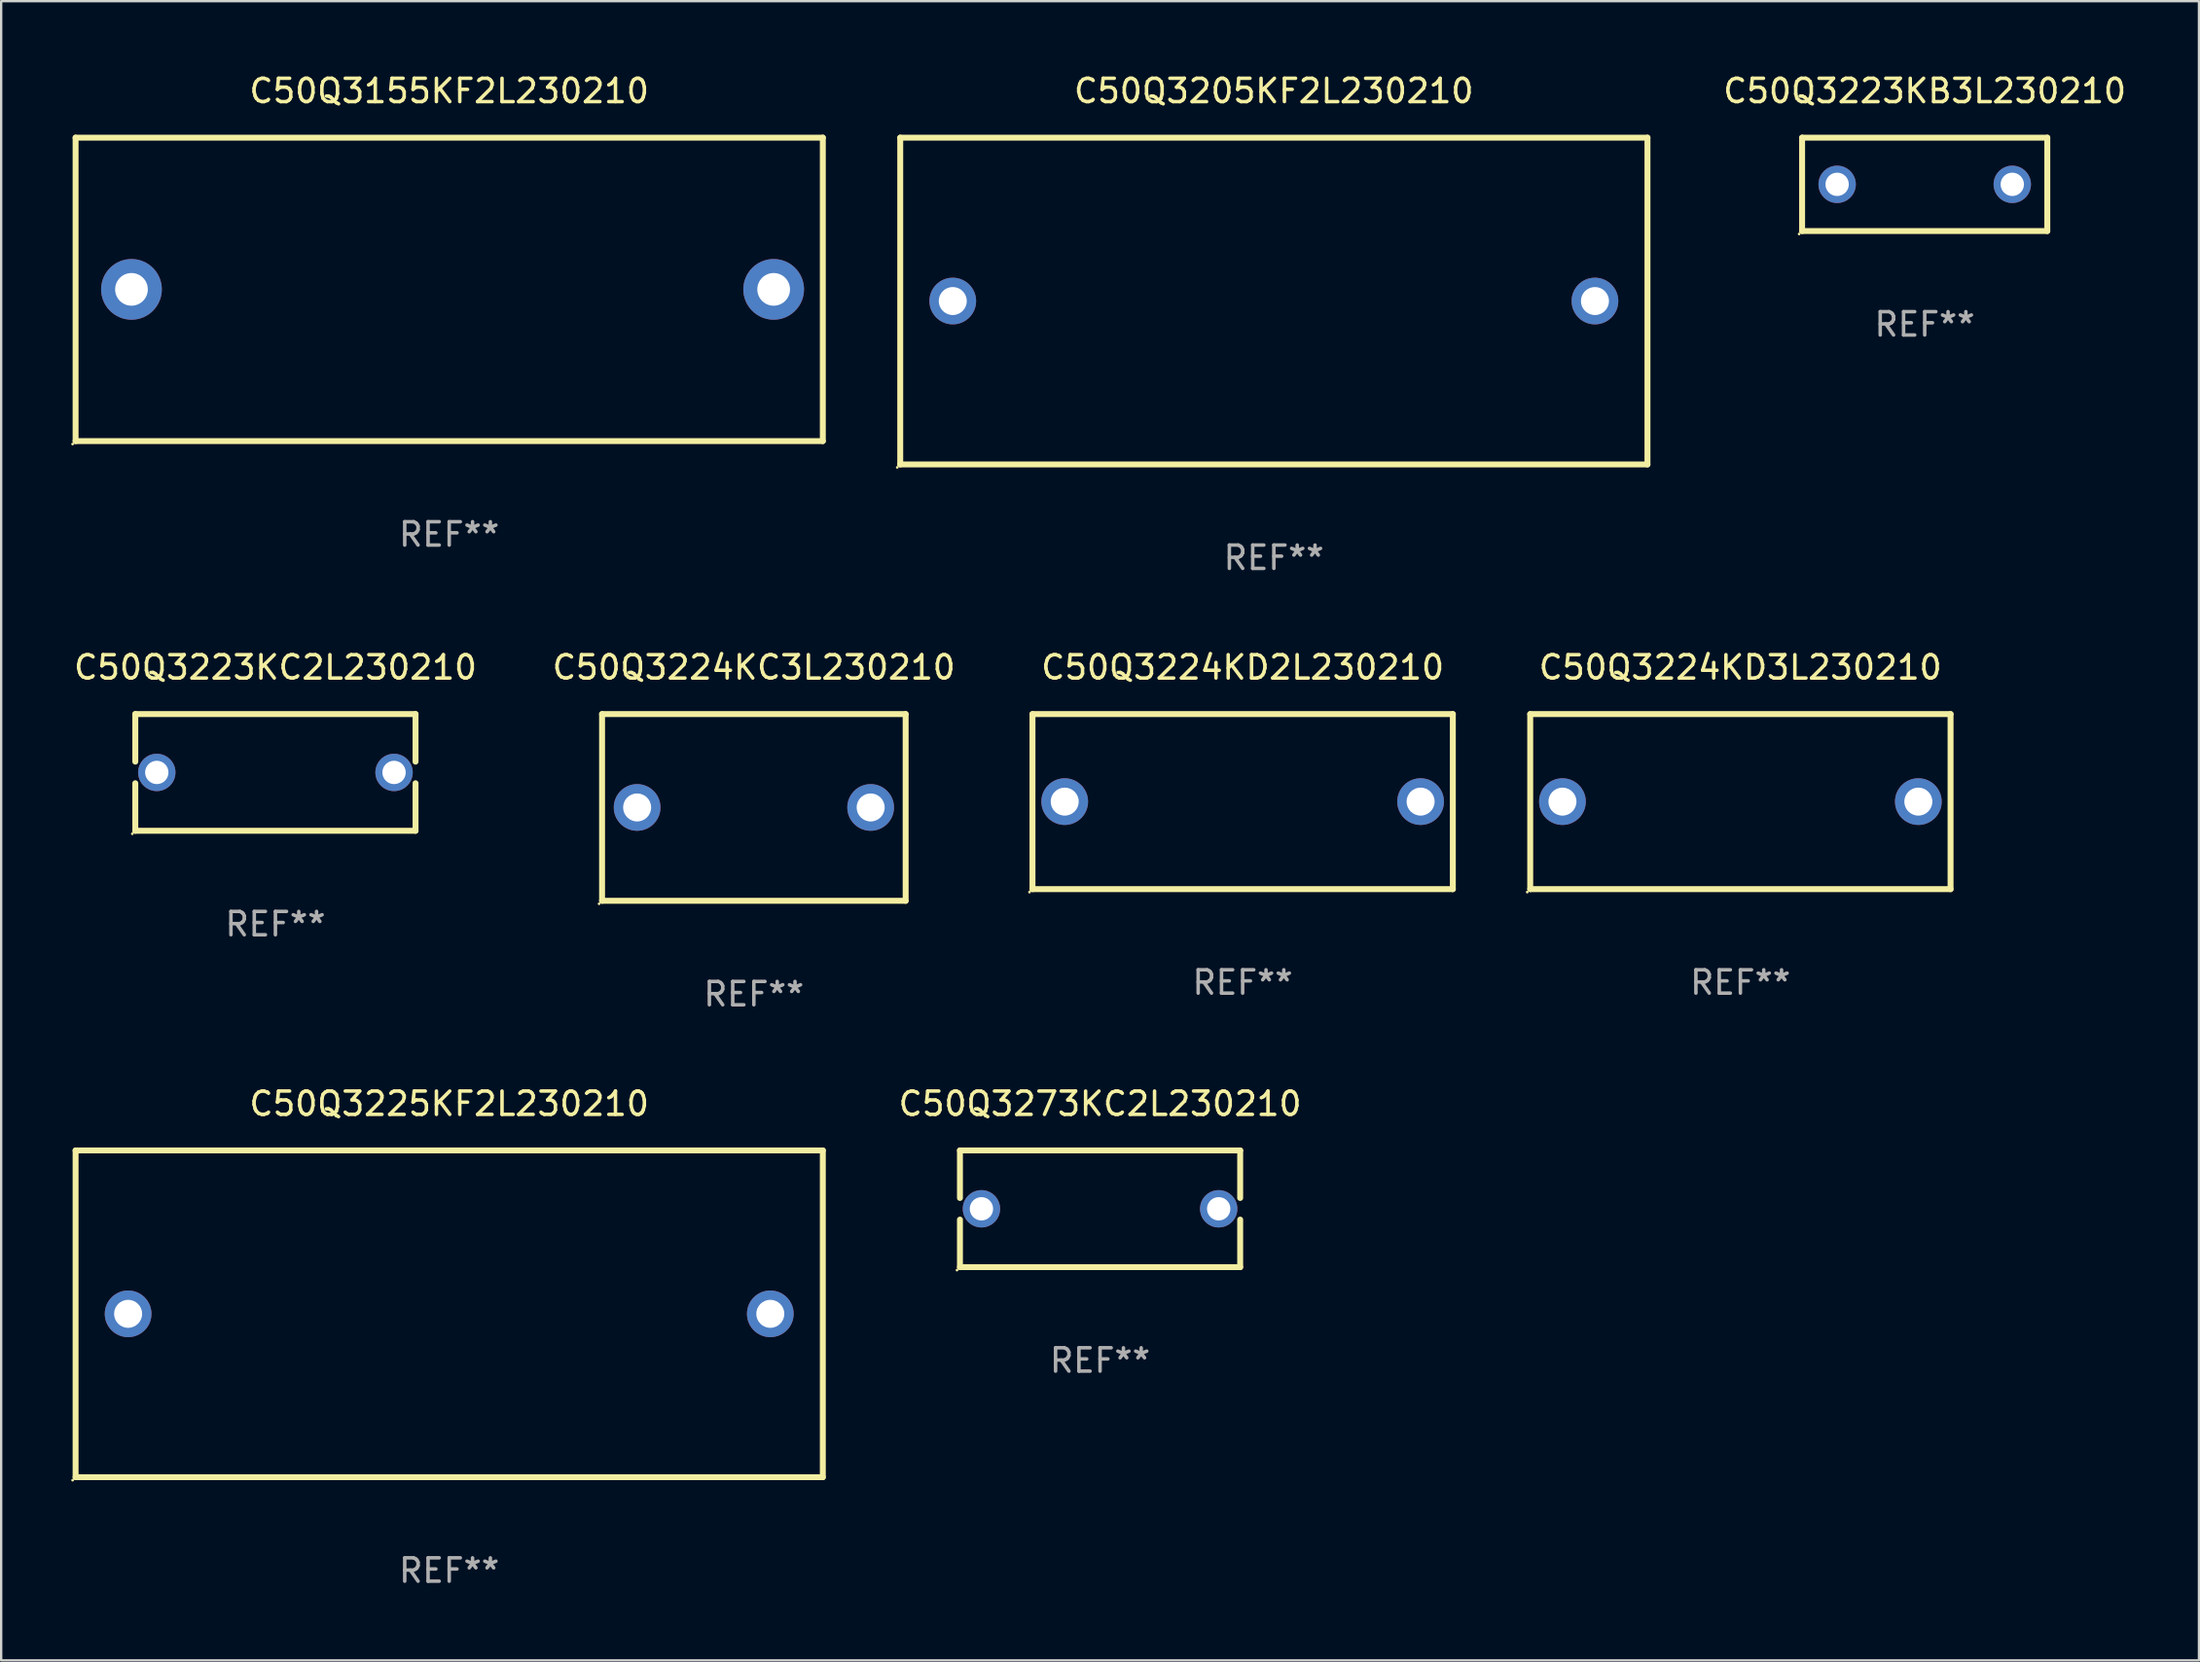
<source format=kicad_pcb>
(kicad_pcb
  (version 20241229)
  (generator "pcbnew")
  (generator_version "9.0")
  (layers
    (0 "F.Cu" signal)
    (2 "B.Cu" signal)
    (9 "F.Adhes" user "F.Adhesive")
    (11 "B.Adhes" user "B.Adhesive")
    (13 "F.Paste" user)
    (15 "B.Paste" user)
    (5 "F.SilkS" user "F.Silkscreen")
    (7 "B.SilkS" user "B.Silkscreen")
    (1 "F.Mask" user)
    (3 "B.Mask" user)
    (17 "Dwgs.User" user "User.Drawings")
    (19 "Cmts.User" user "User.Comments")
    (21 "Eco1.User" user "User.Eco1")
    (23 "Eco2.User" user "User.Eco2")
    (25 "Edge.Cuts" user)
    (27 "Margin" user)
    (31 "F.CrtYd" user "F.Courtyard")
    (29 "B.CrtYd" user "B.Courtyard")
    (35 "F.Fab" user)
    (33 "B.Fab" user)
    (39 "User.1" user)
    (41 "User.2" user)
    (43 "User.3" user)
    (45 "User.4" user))
  (footprint "C50Q3223KC2L230210"
    (layer "F.Cu")
    (at 8.744 30.045)
    (property "Reference" "C50Q3223KC2L230210" (at 0 -4.5 0) (layer "F.SilkS") (effects (font (size 1 1) (thickness 0.15))))
    (attr through_hole)
    (fp_line (start -6 -2.5) (end 6 -2.5) (stroke (width 0.254) (type solid)) (layer "F.SilkS"))
    (fp_line (start -6 -0.463) (end -6 -2.5) (stroke (width 0.254) (type solid)) (layer "F.SilkS"))
    (fp_line (start -6 2.5) (end -6 0.463) (stroke (width 0.254) (type solid)) (layer "F.SilkS"))
    (fp_line (start 6 -2.5) (end 6 -0.463) (stroke (width 0.254) (type solid)) (layer "F.SilkS"))
    (fp_line (start 6 0.463) (end 6 2.5) (stroke (width 0.254) (type solid)) (layer "F.SilkS"))
    (fp_line (start 6 2.5) (end -6 2.5) (stroke (width 0.254) (type solid)) (layer "F.SilkS"))
    (fp_circle (center -6.127 2.627) (end -6.097 2.627) (stroke (width 0.06) (type solid)) (fill no) (layer "F.SilkS"))
    (fp_text user "REF**" (at 0 6.5 0) (layer "F.Fab") (effects (font (size 1 1) (thickness 0.15))))
    (pad "1" thru_hole circle (at -5.08 0) (size 1.6 1.6) (drill 1) (layers "*.Cu" "*.Mask"))
    (pad "2" thru_hole circle (at 5.08 0) (size 1.6 1.6) (drill 1) (layers "*.Cu" "*.Mask")))
  (footprint "C50Q3205KF2L230210"
    (layer "F.Cu")
    (at 51.499 9.848)
    (property "Reference" "C50Q3205KF2L230210" (at 0 -9 0) (layer "F.SilkS") (effects (font (size 1 1) (thickness 0.15))))
    (attr through_hole)
    (fp_line (start -15.999 -7) (end -15.999 7) (stroke (width 0.254) (type solid)) (layer "F.SilkS"))
    (fp_line (start -15.999 -7) (end 15.999 -7) (stroke (width 0.254) (type solid)) (layer "F.SilkS"))
    (fp_line (start 15.999 -7) (end 15.999 7) (stroke (width 0.254) (type solid)) (layer "F.SilkS"))
    (fp_line (start 15.999 7) (end -15.999 7) (stroke (width 0.254) (type solid)) (layer "F.SilkS"))
    (fp_circle (center -16.126 7.127) (end -16.096 7.127) (stroke (width 0.06) (type solid)) (fill no) (layer "F.SilkS"))
    (fp_text user "REF**" (at 0 11 0) (layer "F.Fab") (effects (font (size 1 1) (thickness 0.15))))
    (pad "1" thru_hole circle (at -13.75 0) (size 2 2) (drill 1.2) (layers "*.Cu" "*.Mask"))
    (pad "2" thru_hole circle (at 13.75 0) (size 2 2) (drill 1.2) (layers "*.Cu" "*.Mask")))
  (footprint "C50Q3224KC3L230210"
    (layer "F.Cu")
    (at 29.232 31.545)
    (property "Reference" "C50Q3224KC3L230210" (at 0 -6 0) (layer "F.SilkS") (effects (font (size 1 1) (thickness 0.15))))
    (attr through_hole)
    (fp_line (start -6.5 -4) (end -6.5 4) (stroke (width 0.254) (type solid)) (layer "F.SilkS"))
    (fp_line (start -6.5 -4) (end 6.5 -4) (stroke (width 0.254) (type solid)) (layer "F.SilkS"))
    (fp_line (start 6.5 4) (end -6.5 4) (stroke (width 0.254) (type solid)) (layer "F.SilkS"))
    (fp_line (start 6.5 4) (end 6.5 -4) (stroke (width 0.254) (type solid)) (layer "F.SilkS"))
    (fp_circle (center -6.627 4.127) (end -6.597 4.127) (stroke (width 0.06) (type solid)) (fill no) (layer "F.SilkS"))
    (fp_text user "REF**" (at 0 8 0) (layer "F.Fab") (effects (font (size 1 1) (thickness 0.15))))
    (pad "1" thru_hole circle (at -4.999 0) (size 2 2) (drill 1.2) (layers "*.Cu" "*.Mask"))
    (pad "2" thru_hole circle (at 5.001 0) (size 2 2) (drill 1.2) (layers "*.Cu" "*.Mask")))
  (footprint "C50Q3273KC2L230210"
    (layer "F.Cu")
    (at 44.057 48.741)
    (property "Reference" "C50Q3273KC2L230210" (at 0 -4.5 0) (layer "F.SilkS") (effects (font (size 1 1) (thickness 0.15))))
    (attr through_hole)
    (fp_line (start -6 -2.5) (end 6 -2.5) (stroke (width 0.254) (type solid)) (layer "F.SilkS"))
    (fp_line (start -6 -0.463) (end -6 -2.5) (stroke (width 0.254) (type solid)) (layer "F.SilkS"))
    (fp_line (start -6 2.5) (end -6 0.463) (stroke (width 0.254) (type solid)) (layer "F.SilkS"))
    (fp_line (start 6 -2.5) (end 6 -0.463) (stroke (width 0.254) (type solid)) (layer "F.SilkS"))
    (fp_line (start 6 0.463) (end 6 2.5) (stroke (width 0.254) (type solid)) (layer "F.SilkS"))
    (fp_line (start 6 2.5) (end -6 2.5) (stroke (width 0.254) (type solid)) (layer "F.SilkS"))
    (fp_circle (center -6.127 2.627) (end -6.097 2.627) (stroke (width 0.06) (type solid)) (fill no) (layer "F.SilkS"))
    (fp_text user "REF**" (at 0 6.5 0) (layer "F.Fab") (effects (font (size 1 1) (thickness 0.15))))
    (pad "1" thru_hole circle (at -5.08 0) (size 1.6 1.6) (drill 1) (layers "*.Cu" "*.Mask"))
    (pad "2" thru_hole circle (at 5.08 0) (size 1.6 1.6) (drill 1) (layers "*.Cu" "*.Mask")))
  (footprint "C50Q3223KB3L230210"
    (layer "F.Cu")
    (at 79.37 4.848)
    (property "Reference" "C50Q3223KB3L230210" (at 0 -4 0) (layer "F.SilkS") (effects (font (size 1 1) (thickness 0.15))))
    (attr through_hole)
    (fp_line (start -5.25 -2) (end 5.25 -2) (stroke (width 0.254) (type solid)) (layer "F.SilkS"))
    (fp_line (start -5.25 2) (end -5.25 -2) (stroke (width 0.254) (type solid)) (layer "F.SilkS"))
    (fp_line (start 5.25 -2) (end 5.25 2) (stroke (width 0.254) (type solid)) (layer "F.SilkS"))
    (fp_line (start 5.25 2) (end -5.25 2) (stroke (width 0.254) (type solid)) (layer "F.SilkS"))
    (fp_circle (center -5.377 2.127) (end -5.347 2.127) (stroke (width 0.06) (type solid)) (fill no) (layer "F.SilkS"))
    (fp_text user "REF**" (at 0 6 0) (layer "F.Fab") (effects (font (size 1 1) (thickness 0.15))))
    (pad "1" thru_hole circle (at -3.75 0) (size 1.6 1.6) (drill 1) (layers "*.Cu" "*.Mask"))
    (pad "2" thru_hole circle (at 3.75 0) (size 1.6 1.6) (drill 1) (layers "*.Cu" "*.Mask")))
  (footprint "C50Q3155KF2L230210"
    (layer "F.Cu")
    (at 16.186 9.348)
    (property "Reference" "C50Q3155KF2L230210" (at 0 -8.5 0) (layer "F.SilkS") (effects (font (size 1 1) (thickness 0.15))))
    (attr through_hole)
    (fp_line (start -15.999 -6.5) (end -15.999 6.5) (stroke (width 0.254) (type solid)) (layer "F.SilkS"))
    (fp_line (start -15.999 -6.5) (end 15.999 -6.5) (stroke (width 0.254) (type solid)) (layer "F.SilkS"))
    (fp_line (start 15.999 -6.5) (end 15.999 6.5) (stroke (width 0.254) (type solid)) (layer "F.SilkS"))
    (fp_line (start 15.999 6.5) (end -15.999 6.5) (stroke (width 0.254) (type solid)) (layer "F.SilkS"))
    (fp_circle (center -16.126 6.627) (end -16.096 6.627) (stroke (width 0.06) (type solid)) (fill no) (layer "F.SilkS"))
    (fp_text user "REF**" (at 0 10.5 0) (layer "F.Fab") (effects (font (size 1 1) (thickness 0.15))))
    (pad "1" thru_hole circle (at -13.606 0) (size 2.6 2.6) (drill 1.4) (layers "*.Cu" "*.Mask"))
    (pad "2" thru_hole circle (at 13.894 0) (size 2.6 2.6) (drill 1.4) (layers "*.Cu" "*.Mask")))
  (footprint "C50Q3224KD2L230210"
    (layer "F.Cu")
    (at 50.163 31.295)
    (property "Reference" "C50Q3224KD2L230210" (at 0 -5.75 0) (layer "F.SilkS") (effects (font (size 1 1) (thickness 0.15))))
    (attr through_hole)
    (fp_line (start -9 -3.75) (end 9 -3.75) (stroke (width 0.254) (type solid)) (layer "F.SilkS"))
    (fp_line (start -9 3.75) (end -9 -3.75) (stroke (width 0.254) (type solid)) (layer "F.SilkS"))
    (fp_line (start 9 -3.75) (end 9 3.75) (stroke (width 0.254) (type solid)) (layer "F.SilkS"))
    (fp_line (start 9 3.75) (end -9 3.75) (stroke (width 0.254) (type solid)) (layer "F.SilkS"))
    (fp_circle (center -9.127 3.877) (end -9.097 3.877) (stroke (width 0.06) (type solid)) (fill no) (layer "F.SilkS"))
    (fp_text user "REF**" (at 0 7.75 0) (layer "F.Fab") (effects (font (size 1 1) (thickness 0.15))))
    (pad "1" thru_hole circle (at -7.62 0) (size 2 2) (drill 1.2) (layers "*.Cu" "*.Mask"))
    (pad "2" thru_hole circle (at 7.62 0) (size 2 2) (drill 1.2) (layers "*.Cu" "*.Mask")))
  (footprint "C50Q3224KD3L230210"
    (layer "F.Cu")
    (at 71.477 31.295)
    (property "Reference" "C50Q3224KD3L230210" (at 0 -5.75 0) (layer "F.SilkS") (effects (font (size 1 1) (thickness 0.15))))
    (attr through_hole)
    (fp_line (start -9 -3.75) (end 9 -3.75) (stroke (width 0.254) (type solid)) (layer "F.SilkS"))
    (fp_line (start -9 3.75) (end -9 -3.75) (stroke (width 0.254) (type solid)) (layer "F.SilkS"))
    (fp_line (start 9 -3.75) (end 9 3.75) (stroke (width 0.254) (type solid)) (layer "F.SilkS"))
    (fp_line (start 9 3.75) (end -9 3.75) (stroke (width 0.254) (type solid)) (layer "F.SilkS"))
    (fp_circle (center -9.127 3.877) (end -9.097 3.877) (stroke (width 0.06) (type solid)) (fill no) (layer "F.SilkS"))
    (fp_text user "REF**" (at 0 7.75 0) (layer "F.Fab") (effects (font (size 1 1) (thickness 0.15))))
    (pad "1" thru_hole circle (at -7.62 0) (size 2 2) (drill 1.2) (layers "*.Cu" "*.Mask"))
    (pad "2" thru_hole circle (at 7.62 0) (size 2 2) (drill 1.2) (layers "*.Cu" "*.Mask")))
  (footprint "C50Q3225KF2L230210"
    (layer "F.Cu")
    (at 16.186 53.241)
    (property "Reference" "C50Q3225KF2L230210" (at 0 -9 0) (layer "F.SilkS") (effects (font (size 1 1) (thickness 0.15))))
    (attr through_hole)
    (fp_line (start -15.999 -7) (end -15.999 7) (stroke (width 0.254) (type solid)) (layer "F.SilkS"))
    (fp_line (start -15.999 -7) (end 15.999 -7) (stroke (width 0.254) (type solid)) (layer "F.SilkS"))
    (fp_line (start 15.999 -7) (end 15.999 7) (stroke (width 0.254) (type solid)) (layer "F.SilkS"))
    (fp_line (start 15.999 7) (end -15.999 7) (stroke (width 0.254) (type solid)) (layer "F.SilkS"))
    (fp_circle (center -16.126 7.127) (end -16.096 7.127) (stroke (width 0.06) (type solid)) (fill no) (layer "F.SilkS"))
    (fp_text user "REF**" (at 0 11 0) (layer "F.Fab") (effects (font (size 1 1) (thickness 0.15))))
    (pad "1" thru_hole circle (at -13.75 0) (size 2 2) (drill 1.2) (layers "*.Cu" "*.Mask"))
    (pad "2" thru_hole circle (at 13.75 0) (size 2 2) (drill 1.2) (layers "*.Cu" "*.Mask")))
  (gr_rect
    (start -3 -3)
    (end 91.114 68.09)
    (stroke (width 0.1) (type default))
    (fill no)
    (layer "Edge.Cuts")))
</source>
